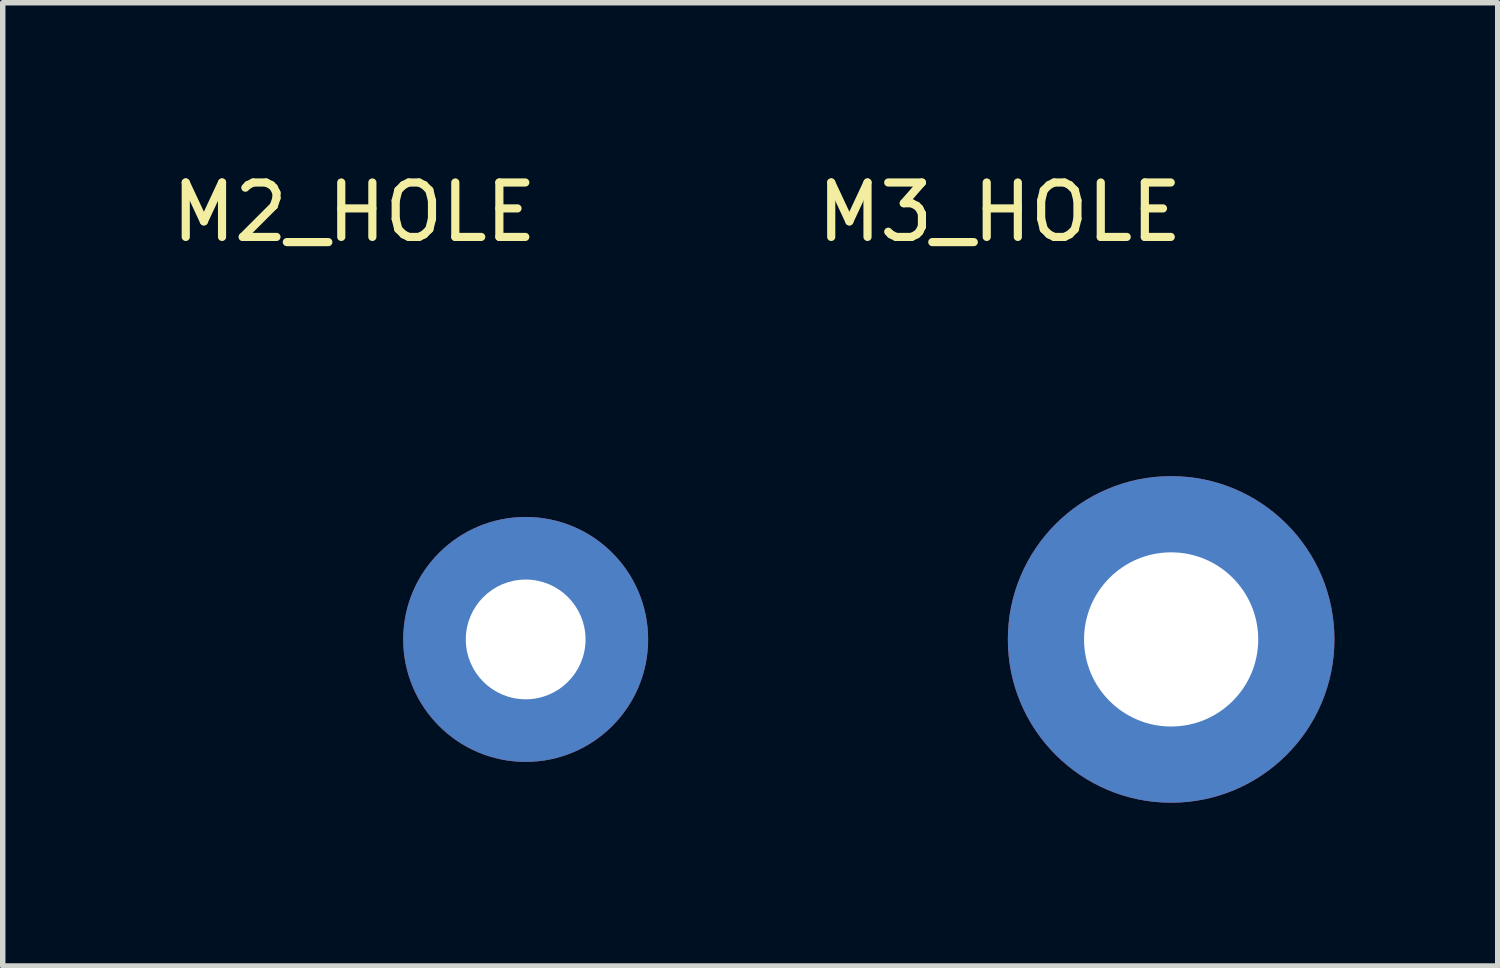
<source format=kicad_pcb>
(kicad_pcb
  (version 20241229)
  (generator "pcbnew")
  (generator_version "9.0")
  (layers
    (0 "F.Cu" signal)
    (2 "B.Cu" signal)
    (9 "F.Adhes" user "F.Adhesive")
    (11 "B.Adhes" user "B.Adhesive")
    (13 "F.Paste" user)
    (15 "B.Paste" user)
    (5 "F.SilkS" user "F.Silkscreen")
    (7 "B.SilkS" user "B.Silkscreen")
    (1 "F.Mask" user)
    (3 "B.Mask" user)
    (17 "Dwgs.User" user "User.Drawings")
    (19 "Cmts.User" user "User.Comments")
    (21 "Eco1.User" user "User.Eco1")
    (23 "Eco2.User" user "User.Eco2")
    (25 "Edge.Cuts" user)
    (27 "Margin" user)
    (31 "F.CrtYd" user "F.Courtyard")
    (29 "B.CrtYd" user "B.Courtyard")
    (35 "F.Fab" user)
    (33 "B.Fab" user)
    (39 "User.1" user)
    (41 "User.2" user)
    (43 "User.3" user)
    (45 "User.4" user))
  (footprint "M3_HOLE"
    (layer "F.Cu")
    (at 18.467 8.698)
    (property "Reference" "M3_HOLE" (at -3.15 -7.85 0) (layer "F.SilkS") (effects (font (size 1 1) (thickness 0.15))))
    (attr through_hole)
    (pad "1" thru_hole circle (at 0 0) (size 6 6) (drill 3.2) (layers "*.Cu" "*.Mask")))
  (footprint "M2_HOLE"
    (layer "F.Cu")
    (at 6.608 8.698)
    (property "Reference" "M2_HOLE" (at -3.15 -7.85 0) (layer "F.SilkS") (effects (font (size 1 1) (thickness 0.15))))
    (attr through_hole)
    (pad "1" thru_hole circle (at 0 0) (size 4.5 4.5) (drill 2.2) (layers "*.Cu" "*.Mask")))
  (gr_rect
    (start -3 -3)
    (end 24.467 14.698)
    (stroke (width 0.1) (type default))
    (fill no)
    (layer "Edge.Cuts")))
</source>
